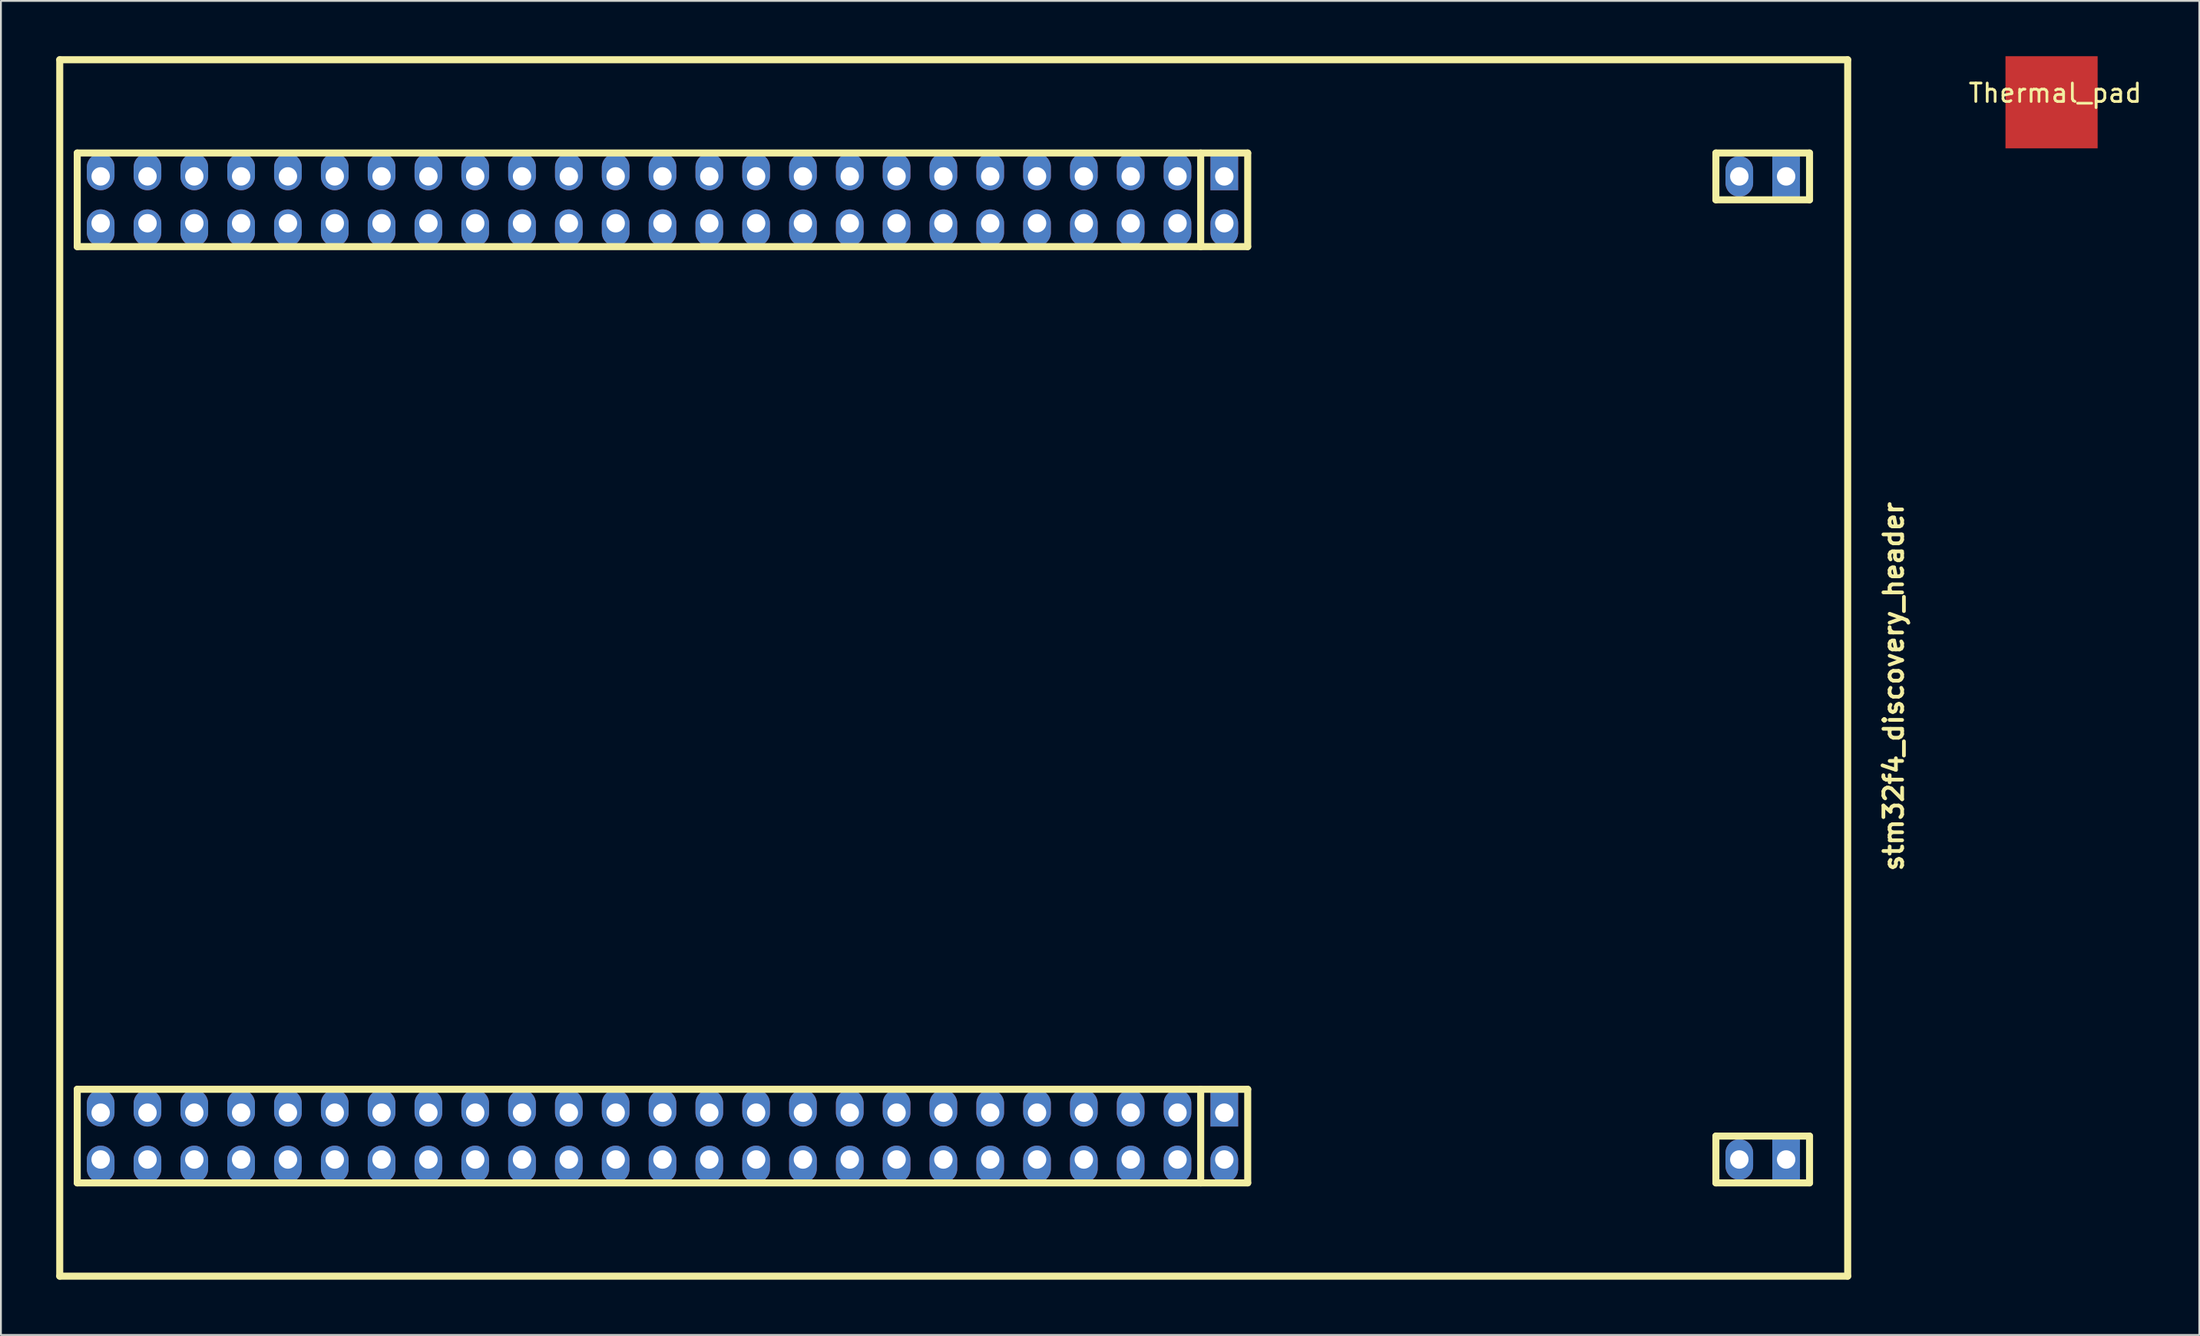
<source format=kicad_pcb>
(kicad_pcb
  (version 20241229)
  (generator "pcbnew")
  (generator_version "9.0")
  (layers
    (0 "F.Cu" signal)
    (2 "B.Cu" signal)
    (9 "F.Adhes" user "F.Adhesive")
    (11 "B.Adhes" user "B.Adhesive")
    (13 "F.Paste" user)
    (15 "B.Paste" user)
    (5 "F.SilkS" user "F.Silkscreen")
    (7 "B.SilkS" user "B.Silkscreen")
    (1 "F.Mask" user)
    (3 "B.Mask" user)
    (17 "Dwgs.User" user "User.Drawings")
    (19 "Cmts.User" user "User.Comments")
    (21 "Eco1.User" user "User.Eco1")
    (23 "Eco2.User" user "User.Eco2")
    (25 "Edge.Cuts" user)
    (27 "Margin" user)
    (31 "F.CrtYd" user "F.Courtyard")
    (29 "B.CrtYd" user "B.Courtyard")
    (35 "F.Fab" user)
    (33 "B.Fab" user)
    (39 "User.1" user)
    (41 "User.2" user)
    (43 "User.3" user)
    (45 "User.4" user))
  (footprint "Thermal_pad"
    (layer "F.Cu")
    (at 108.251 2.5)
    (property "Reference" "Thermal_pad" (at 0.2 -0.5 0) (layer "F.SilkS") (effects (font (size 1 1) (thickness 0.15))))
    (attr through_hole)
    (pad "1" smd rect (at 0 0) (size 5 5) (layers "F.Cu" "F.Mask" "F.Paste")))
  (footprint "stm32f4_discovery_header"
    (layer "F.Cu")
    (at 48.691 33.191)
    (property "Reference" "stm32f4_discovery_header" (at 50.994 1.004 90) (layer "F.SilkS") (effects (font (size 1.016 1.016) (thickness 0.203))))
    (attr through_hole)
    (fp_line (start -48.5 33) (end -48.5 -33) (stroke (width 0.381) (type solid)) (layer "F.SilkS"))
    (fp_line (start -48.5 33) (end 48.5 33) (stroke (width 0.381) (type solid)) (layer "F.SilkS"))
    (fp_line (start -47.55 -27.94) (end -47.55 -22.86) (stroke (width 0.381) (type solid)) (layer "F.SilkS"))
    (fp_line (start -47.55 -27.94) (end 15.95 -27.94) (stroke (width 0.381) (type solid)) (layer "F.SilkS"))
    (fp_line (start -47.55 -22.86) (end 15.95 -22.86) (stroke (width 0.381) (type solid)) (layer "F.SilkS"))
    (fp_line (start -47.55 22.86) (end -47.55 27.94) (stroke (width 0.381) (type solid)) (layer "F.SilkS"))
    (fp_line (start -47.55 22.86) (end 15.95 22.86) (stroke (width 0.381) (type solid)) (layer "F.SilkS"))
    (fp_line (start -47.55 27.94) (end 15.95 27.94) (stroke (width 0.381) (type solid)) (layer "F.SilkS"))
    (fp_line (start 13.399 -27.94) (end 13.399 -22.86) (stroke (width 0.381) (type solid)) (layer "F.SilkS"))
    (fp_line (start 13.399 22.86) (end 13.399 27.94) (stroke (width 0.381) (type solid)) (layer "F.SilkS"))
    (fp_line (start 15.95 -27.94) (end 15.95 -22.86) (stroke (width 0.381) (type solid)) (layer "F.SilkS"))
    (fp_line (start 15.95 22.86) (end 15.95 27.94) (stroke (width 0.381) (type solid)) (layer "F.SilkS"))
    (fp_line (start 41.35 -27.94) (end 41.35 -25.4) (stroke (width 0.381) (type solid)) (layer "F.SilkS"))
    (fp_line (start 41.35 -25.4) (end 46.43 -25.4) (stroke (width 0.381) (type solid)) (layer "F.SilkS"))
    (fp_line (start 41.35 25.4) (end 41.35 27.94) (stroke (width 0.381) (type solid)) (layer "F.SilkS"))
    (fp_line (start 41.35 27.94) (end 46.43 27.94) (stroke (width 0.381) (type solid)) (layer "F.SilkS"))
    (fp_line (start 46.43 -27.94) (end 41.35 -27.94) (stroke (width 0.381) (type solid)) (layer "F.SilkS"))
    (fp_line (start 46.43 -25.4) (end 46.43 -27.94) (stroke (width 0.381) (type solid)) (layer "F.SilkS"))
    (fp_line (start 46.43 25.4) (end 41.35 25.4) (stroke (width 0.381) (type solid)) (layer "F.SilkS"))
    (fp_line (start 46.43 27.94) (end 46.43 25.4) (stroke (width 0.381) (type solid)) (layer "F.SilkS"))
    (fp_line (start 48.5 -33) (end -48.5 -33) (stroke (width 0.381) (type solid)) (layer "F.SilkS"))
    (fp_line (start 48.5 33) (end 48.5 -33) (stroke (width 0.381) (type solid)) (layer "F.SilkS"))
    (pad "1" thru_hole rect (at 14.68 -26.67) (size 1.5 2) (drill 1.001 (offset 0 -0.25)) (layers "*.Cu" "*.Mask"))
    (pad "2" thru_hole oval (at 14.68 -24.13) (size 1.5 2) (drill 1.001 (offset 0 0.25)) (layers "*.Cu" "*.Mask"))
    (pad "3" thru_hole oval (at 12.14 -26.67) (size 1.5 2) (drill 0.998 (offset 0 -0.25)) (layers "*.Cu" "*.Mask"))
    (pad "4" thru_hole oval (at 12.14 -24.13) (size 1.5 2) (drill 1.001 (offset 0 0.25)) (layers "*.Cu" "*.Mask"))
    (pad "5" thru_hole oval (at 9.6 -26.67) (size 1.5 2) (drill 0.998 (offset 0 -0.25)) (layers "*.Cu" "*.Mask"))
    (pad "6" thru_hole oval (at 9.6 -24.13) (size 1.5 2) (drill 1.001 (offset 0 0.25)) (layers "*.Cu" "*.Mask"))
    (pad "7" thru_hole oval (at 7.06 -26.67) (size 1.5 2) (drill 0.998 (offset 0 -0.25)) (layers "*.Cu" "*.Mask"))
    (pad "8" thru_hole oval (at 7.06 -24.13) (size 1.5 2) (drill 1.001 (offset 0 0.25)) (layers "*.Cu" "*.Mask"))
    (pad "9" thru_hole oval (at 4.52 -26.67) (size 1.5 2) (drill 0.998 (offset 0 -0.25)) (layers "*.Cu" "B.Mask"))
    (pad "10" thru_hole oval (at 4.52 -24.13) (size 1.5 2) (drill 1.001 (offset 0 0.25)) (layers "*.Cu" "*.Mask"))
    (pad "11" thru_hole oval (at 1.98 -26.67) (size 1.5 2) (drill 0.998 (offset 0 -0.25)) (layers "*.Cu" "*.Mask"))
    (pad "12" thru_hole oval (at 1.98 -24.13) (size 1.5 2) (drill 1.001 (offset 0 0.25)) (layers "*.Cu" "*.Mask"))
    (pad "13" thru_hole oval (at -0.56 -26.67) (size 1.5 2) (drill 0.998 (offset 0 -0.25)) (layers "*.Cu" "*.Mask"))
    (pad "14" thru_hole oval (at -0.56 -24.13) (size 1.5 2) (drill 1.001 (offset 0 0.25)) (layers "*.Cu" "*.Mask"))
    (pad "15" thru_hole oval (at -3.1 -26.67) (size 1.5 2) (drill 0.998 (offset 0 -0.25)) (layers "*.Cu" "*.Mask"))
    (pad "16" thru_hole oval (at -3.1 -24.13) (size 1.5 2) (drill 1.001 (offset 0 0.25)) (layers "*.Cu" "*.Mask"))
    (pad "17" thru_hole oval (at -5.64 -26.67) (size 1.5 2) (drill 0.998 (offset 0 -0.25)) (layers "*.Cu" "*.Mask"))
    (pad "18" thru_hole oval (at -5.64 -24.13) (size 1.5 2) (drill 1.001 (offset 0 0.25)) (layers "*.Cu" "*.Mask"))
    (pad "19" thru_hole oval (at -8.18 -26.67) (size 1.5 2) (drill 0.998 (offset 0 -0.25)) (layers "*.Cu" "*.Mask"))
    (pad "20" thru_hole oval (at -8.18 -24.13) (size 1.5 2) (drill 1.001 (offset 0 0.25)) (layers "*.Cu" "*.Mask"))
    (pad "21" thru_hole oval (at -10.72 -26.67) (size 1.5 2) (drill 0.998 (offset 0 -0.25)) (layers "*.Cu" "*.Mask"))
    (pad "22" thru_hole oval (at -10.72 -24.13) (size 1.5 2) (drill 1.001 (offset 0 0.25)) (layers "*.Cu" "*.Mask"))
    (pad "23" thru_hole oval (at -13.26 -26.67) (size 1.5 2) (drill 0.998 (offset 0 -0.25)) (layers "*.Cu" "*.Mask"))
    (pad "24" thru_hole oval (at -13.26 -24.13) (size 1.5 2) (drill 1.001 (offset 0 0.25)) (layers "*.Cu" "*.Mask"))
    (pad "25" thru_hole oval (at -15.8 -26.67) (size 1.5 2) (drill 0.998 (offset 0 -0.25)) (layers "*.Cu" "B.Mask"))
    (pad "26" thru_hole oval (at -15.8 -24.13) (size 1.5 2) (drill 1.001 (offset 0 0.25)) (layers "*.Cu" "*.Mask"))
    (pad "27" thru_hole oval (at -18.34 -26.67) (size 1.5 2) (drill 0.998 (offset 0 -0.25)) (layers "*.Cu" "*.Mask"))
    (pad "28" thru_hole oval (at -18.34 -24.13) (size 1.5 2) (drill 1.001 (offset 0 0.25)) (layers "*.Cu" "*.Mask"))
    (pad "29" thru_hole oval (at -20.88 -26.67) (size 1.5 2) (drill 0.998 (offset 0 -0.25)) (layers "*.Cu" "*.Mask"))
    (pad "30" thru_hole oval (at -20.88 -24.13) (size 1.5 2) (drill 1.001 (offset 0 0.25)) (layers "*.Cu" "*.Mask"))
    (pad "31" thru_hole oval (at -23.42 -26.67) (size 1.5 2) (drill 0.998 (offset 0 -0.25)) (layers "*.Cu" "*.Mask"))
    (pad "32" thru_hole oval (at -23.42 -24.13) (size 1.5 2) (drill 1.001 (offset 0 0.25)) (layers "*.Cu" "*.Mask"))
    (pad "33" thru_hole oval (at -25.96 -26.67) (size 1.5 2) (drill 0.998 (offset 0 -0.25)) (layers "*.Cu" "*.Mask"))
    (pad "34" thru_hole oval (at -25.96 -24.13) (size 1.5 2) (drill 1.001 (offset 0 0.25)) (layers "*.Cu" "*.Mask"))
    (pad "35" thru_hole oval (at -28.5 -26.67) (size 1.5 2) (drill 0.998 (offset 0 -0.25)) (layers "*.Cu" "*.Mask"))
    (pad "36" thru_hole oval (at -28.5 -24.13) (size 1.5 2) (drill 1.001 (offset 0 0.25)) (layers "*.Cu" "*.Mask"))
    (pad "37" thru_hole oval (at -31.04 -26.67) (size 1.5 2) (drill 0.998 (offset 0 -0.25)) (layers "*.Cu" "*.Mask"))
    (pad "38" thru_hole oval (at -31.04 -24.13) (size 1.5 2) (drill 1.001 (offset 0 0.25)) (layers "*.Cu" "*.Mask"))
    (pad "39" thru_hole oval (at -33.58 -26.67) (size 1.5 2) (drill 0.998 (offset 0 -0.25)) (layers "*.Cu" "*.Mask"))
    (pad "40" thru_hole oval (at -33.58 -24.13) (size 1.5 2) (drill 1.001 (offset 0 0.25)) (layers "*.Cu" "*.Mask"))
    (pad "41" thru_hole oval (at -36.12 -26.67) (size 1.5 2) (drill 0.998 (offset 0 -0.25)) (layers "*.Cu" "*.Mask"))
    (pad "42" thru_hole oval (at -36.12 -24.13) (size 1.5 2) (drill 1.001 (offset 0 0.25)) (layers "*.Cu" "*.Mask"))
    (pad "43" thru_hole oval (at -38.66 -26.67) (size 1.5 2) (drill 0.998 (offset 0 -0.25)) (layers "*.Cu" "*.Mask"))
    (pad "44" thru_hole oval (at -38.66 -24.13) (size 1.5 2) (drill 1.001 (offset 0 0.25)) (layers "*.Cu" "*.Mask"))
    (pad "45" thru_hole oval (at -41.2 -26.67) (size 1.5 2) (drill 0.998 (offset 0 -0.25)) (layers "*.Cu" "*.Mask"))
    (pad "46" thru_hole oval (at -41.2 -24.13) (size 1.5 2) (drill 1.001 (offset 0 0.25)) (layers "*.Cu" "*.Mask"))
    (pad "47" thru_hole oval (at -43.74 -26.67) (size 1.5 2) (drill 0.998 (offset 0 -0.25)) (layers "*.Cu" "*.Mask"))
    (pad "48" thru_hole oval (at -43.74 -24.13) (size 1.5 2) (drill 1.001 (offset 0 0.25)) (layers "*.Cu" "*.Mask"))
    (pad "49" thru_hole oval (at -46.28 -26.67) (size 1.5 2) (drill 0.998 (offset 0 -0.25)) (layers "*.Cu" "*.Mask"))
    (pad "49" thru_hole rect (at 45.16 -26.67) (size 1.5 2.2) (drill 1.001) (layers "*.Cu" "*.Mask"))
    (pad "50" thru_hole oval (at -46.28 -24.13) (size 1.5 2) (drill 1.001 (offset 0 0.25)) (layers "*.Cu" "*.Mask"))
    (pad "50" thru_hole oval (at 42.62 -26.67) (size 1.5 2.2) (drill 1.001) (layers "*.Cu" "*.Mask"))
    (pad "51" thru_hole oval (at -46.28 24.13) (size 1.5 2) (drill 0.998 (offset 0 -0.25)) (layers "*.Cu" "*.Mask"))
    (pad "51" thru_hole rect (at 45.16 26.67) (size 1.5 2.2) (drill 1.001) (layers "*.Cu" "*.Mask"))
    (pad "52" thru_hole oval (at -46.28 26.67) (size 1.5 2) (drill 1.001 (offset 0 0.25)) (layers "*.Cu" "*.Mask"))
    (pad "52" thru_hole oval (at 42.62 26.67) (size 1.5 2.2) (drill 1.001) (layers "*.Cu" "*.Mask"))
    (pad "53" thru_hole oval (at -43.74 24.13) (size 1.5 2) (drill 0.998 (offset 0 -0.25)) (layers "*.Cu" "*.Mask"))
    (pad "54" thru_hole oval (at -43.74 26.67) (size 1.5 2) (drill 1.001 (offset 0 0.25)) (layers "*.Cu" "*.Mask"))
    (pad "55" thru_hole oval (at -41.2 24.13) (size 1.5 2) (drill 0.998 (offset 0 -0.25)) (layers "*.Cu" "*.Mask"))
    (pad "56" thru_hole oval (at -41.2 26.67) (size 1.5 2) (drill 1.001 (offset 0 0.25)) (layers "*.Cu" "*.Mask"))
    (pad "57" thru_hole oval (at -38.66 24.13) (size 1.5 2) (drill 0.998 (offset 0 -0.25)) (layers "*.Cu" "*.Mask"))
    (pad "58" thru_hole oval (at -38.66 26.67) (size 1.5 2) (drill 1.001 (offset 0 0.25)) (layers "*.Cu" "*.Mask"))
    (pad "59" thru_hole oval (at -36.12 24.13) (size 1.5 2) (drill 0.998 (offset 0 -0.25)) (layers "*.Cu" "*.Mask"))
    (pad "60" thru_hole oval (at -36.12 26.67) (size 1.5 2) (drill 1.001 (offset 0 0.25)) (layers "*.Cu" "*.Mask"))
    (pad "61" thru_hole oval (at -33.58 24.13) (size 1.5 2) (drill 0.998 (offset 0 -0.25)) (layers "*.Cu" "*.Mask"))
    (pad "62" thru_hole oval (at -33.58 26.67) (size 1.5 2) (drill 1.001 (offset 0 0.25)) (layers "*.Cu" "*.Mask"))
    (pad "63" thru_hole oval (at -31.04 24.13) (size 1.5 2) (drill 0.998 (offset 0 -0.25)) (layers "*.Cu" "B.Mask"))
    (pad "64" thru_hole oval (at -31.04 26.67) (size 1.5 2) (drill 1.001 (offset 0 0.25)) (layers "*.Cu" "*.Mask"))
    (pad "65" thru_hole oval (at -28.5 24.13) (size 1.5 2) (drill 0.998 (offset 0 -0.25)) (layers "*.Cu" "*.Mask"))
    (pad "66" thru_hole oval (at -28.5 26.67) (size 1.5 2) (drill 1.001 (offset 0 0.25)) (layers "*.Cu" "*.Mask"))
    (pad "67" thru_hole oval (at -25.96 24.13) (size 1.5 2) (drill 0.998 (offset 0 -0.25)) (layers "*.Cu" "*.Mask"))
    (pad "68" thru_hole oval (at -25.96 26.67) (size 1.5 2) (drill 1.001 (offset 0 0.25)) (layers "*.Cu" "*.Mask"))
    (pad "69" thru_hole oval (at -23.42 24.13) (size 1.5 2) (drill 0.998 (offset 0 -0.25)) (layers "*.Cu" "*.Mask"))
    (pad "70" thru_hole oval (at -23.42 26.67) (size 1.5 2) (drill 1.001 (offset 0 0.25)) (layers "*.Cu" "*.Mask"))
    (pad "71" thru_hole oval (at -20.88 24.13) (size 1.5 2) (drill 0.998 (offset 0 -0.25)) (layers "*.Cu" "*.Mask"))
    (pad "72" thru_hole oval (at -20.88 26.67) (size 1.5 2) (drill 1.001 (offset 0 0.25)) (layers "*.Cu" "*.Mask"))
    (pad "73" thru_hole oval (at -18.34 24.13) (size 1.5 2) (drill 0.998 (offset 0 -0.25)) (layers "*.Cu" "*.Mask"))
    (pad "74" thru_hole oval (at -18.34 26.67) (size 1.5 2) (drill 1.001 (offset 0 0.25)) (layers "*.Cu" "*.Mask"))
    (pad "75" thru_hole oval (at -15.8 24.13) (size 1.5 2) (drill 0.998 (offset 0 -0.25)) (layers "*.Cu" "*.Mask"))
    (pad "76" thru_hole oval (at -15.8 26.67) (size 1.5 2) (drill 1.001 (offset 0 0.25)) (layers "*.Cu" "*.Mask"))
    (pad "77" thru_hole oval (at -13.26 24.13) (size 1.5 2) (drill 0.998 (offset 0 -0.25)) (layers "*.Cu" "*.Mask"))
    (pad "78" thru_hole oval (at -13.26 26.67) (size 1.5 2) (drill 1.001 (offset 0 0.25)) (layers "*.Cu" "*.Mask"))
    (pad "79" thru_hole oval (at -10.72 24.13) (size 1.5 2) (drill 0.998 (offset 0 -0.25)) (layers "*.Cu" "*.Mask"))
    (pad "80" thru_hole oval (at -10.72 26.67) (size 1.5 2) (drill 1.001 (offset 0 0.25)) (layers "*.Cu" "*.Mask"))
    (pad "81" thru_hole oval (at -8.18 24.13) (size 1.5 2) (drill 0.998 (offset 0 -0.25)) (layers "*.Cu" "*.Mask"))
    (pad "82" thru_hole oval (at -8.18 26.67) (size 1.5 2) (drill 1.001 (offset 0 0.25)) (layers "*.Cu" "*.Mask"))
    (pad "83" thru_hole oval (at -5.64 24.13) (size 1.5 2) (drill 0.998 (offset 0 -0.25)) (layers "*.Cu" "*.Mask"))
    (pad "84" thru_hole oval (at -5.64 26.67) (size 1.5 2) (drill 1.001 (offset 0 0.25)) (layers "*.Cu" "*.Mask"))
    (pad "85" thru_hole oval (at -3.1 24.13) (size 1.5 2) (drill 0.998 (offset 0 -0.25)) (layers "*.Cu" "*.Mask"))
    (pad "86" thru_hole oval (at -3.1 26.67) (size 1.5 2) (drill 1.001 (offset 0 0.25)) (layers "*.Cu" "*.Mask"))
    (pad "87" thru_hole oval (at -0.56 24.13) (size 1.5 2) (drill 0.998 (offset 0 -0.25)) (layers "*.Cu" "*.Mask"))
    (pad "88" thru_hole oval (at -0.56 26.67) (size 1.5 2) (drill 1.001 (offset 0 0.25)) (layers "*.Cu" "*.Mask"))
    (pad "89" thru_hole oval (at 1.98 24.13) (size 1.5 2) (drill 0.998 (offset 0 -0.25)) (layers "*.Cu" "*.Mask"))
    (pad "90" thru_hole oval (at 1.98 26.67) (size 1.5 2) (drill 1.001 (offset 0 0.25)) (layers "*.Cu" "*.Mask"))
    (pad "91" thru_hole oval (at 4.52 24.13) (size 1.5 2) (drill 0.998 (offset 0 -0.25)) (layers "*.Cu" "*.Mask"))
    (pad "92" thru_hole oval (at 4.52 26.67) (size 1.5 2) (drill 1.001 (offset 0 0.25)) (layers "*.Cu" "*.Mask"))
    (pad "93" thru_hole oval (at 7.06 24.13) (size 1.5 2) (drill 0.998 (offset 0 -0.25)) (layers "*.Cu" "*.Mask"))
    (pad "94" thru_hole oval (at 7.06 26.67) (size 1.5 2) (drill 1.001 (offset 0 0.25)) (layers "*.Cu" "*.Mask"))
    (pad "95" thru_hole oval (at 9.6 24.13) (size 1.5 2) (drill 0.998 (offset 0 -0.25)) (layers "*.Cu" "*.Mask"))
    (pad "96" thru_hole oval (at 9.6 26.67) (size 1.5 2) (drill 1.001 (offset 0 0.25)) (layers "*.Cu" "*.Mask"))
    (pad "97" thru_hole oval (at 12.14 24.13) (size 1.5 2) (drill 0.998 (offset 0 -0.25)) (layers "*.Cu" "*.Mask"))
    (pad "98" thru_hole oval (at 12.14 26.67) (size 1.5 2) (drill 1.001 (offset 0 0.25)) (layers "*.Cu" "*.Mask"))
    (pad "99" thru_hole rect (at 14.68 24.13) (size 1.5 2) (drill 1.001 (offset 0 -0.25)) (layers "*.Cu" "*.Mask"))
    (pad "100" thru_hole oval (at 14.68 26.67) (size 1.5 2) (drill 1.001 (offset 0 0.25)) (layers "*.Cu" "*.Mask")))
  (gr_rect
    (start -3 -3)
    (end 116.266 69.381)
    (stroke (width 0.1) (type default))
    (fill no)
    (layer "Edge.Cuts")))
</source>
